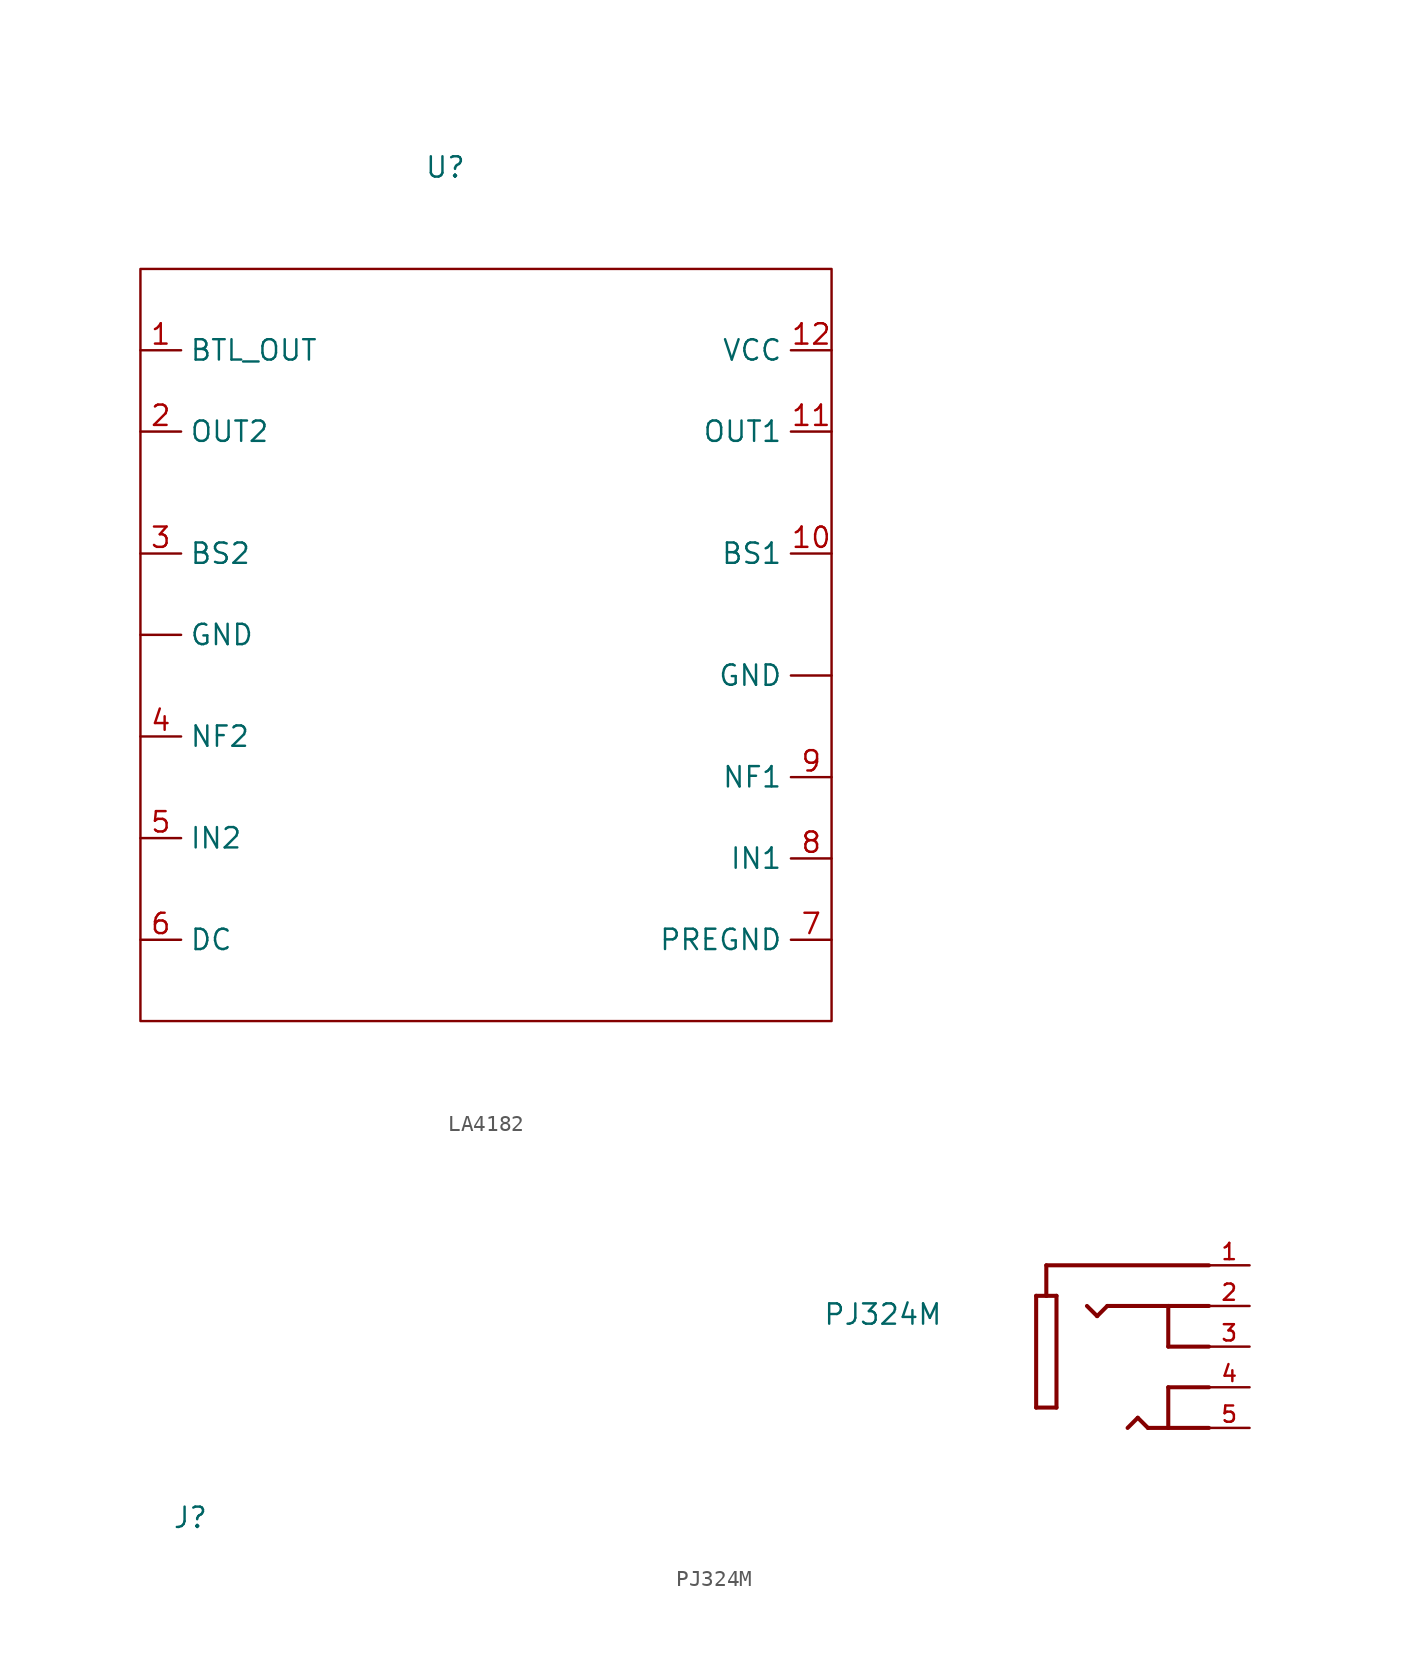
<source format=kicad_sym>
(kicad_symbol_lib
  (version 20220914)
  (generator kicad_symbol_editor)
  (symbol "LA4182"
    (property "Reference" "U"
      (at 0 0 0)
      (effects (font (size 1.27 1.27))))
    (property "Value" ""
      (at 0 0 0)
      (effects (font (size 1.27 1.27))))
    (symbol "LA4182_0_1"
      (rectangle (start -19.05 -6.35) (end 24.13 -53.34) (stroke (width 0) (type default)) (fill (type none))))
    (symbol "LA4182_1_1"
      (pin input line (at -19.05 -29.21 0) (length 2.54) (name "GND" (effects (font (size 1.27 1.27)))) (number "" (effects (font (size 1.27 1.27)))))
      (pin input line (at 24.13 -31.75 180) (length 2.54) (name "GND" (effects (font (size 1.27 1.27)))) (number "" (effects (font (size 1.27 1.27)))))
      (pin input line (at -19.05 -11.43 0) (length 2.54) (name "BTL_OUT" (effects (font (size 1.27 1.27)))) (number "1" (effects (font (size 1.27 1.27)))))
      (pin input line (at 24.13 -24.13 180) (length 2.54) (name "BS1" (effects (font (size 1.27 1.27)))) (number "10" (effects (font (size 1.27 1.27)))))
      (pin input line (at 24.13 -16.51 180) (length 2.54) (name "OUT1" (effects (font (size 1.27 1.27)))) (number "11" (effects (font (size 1.27 1.27)))))
      (pin input line (at 24.13 -11.43 180) (length 2.54) (name "VCC" (effects (font (size 1.27 1.27)))) (number "12" (effects (font (size 1.27 1.27)))))
      (pin input line (at -19.05 -16.51 0) (length 2.54) (name "OUT2" (effects (font (size 1.27 1.27)))) (number "2" (effects (font (size 1.27 1.27)))))
      (pin input line (at -19.05 -24.13 0) (length 2.54) (name "BS2" (effects (font (size 1.27 1.27)))) (number "3" (effects (font (size 1.27 1.27)))))
      (pin input line (at -19.05 -35.56 0) (length 2.54) (name "NF2" (effects (font (size 1.27 1.27)))) (number "4" (effects (font (size 1.27 1.27)))))
      (pin input line (at -19.05 -41.91 0) (length 2.54) (name "IN2" (effects (font (size 1.27 1.27)))) (number "5" (effects (font (size 1.27 1.27)))))
      (pin input line (at -19.05 -48.26 0) (length 2.54) (name "DC" (effects (font (size 1.27 1.27)))) (number "6" (effects (font (size 1.27 1.27)))))
      (pin input line (at 24.13 -48.26 180) (length 2.54) (name "PREGND" (effects (font (size 1.27 1.27)))) (number "7" (effects (font (size 1.27 1.27)))))
      (pin input line (at 24.13 -43.18 180) (length 2.54) (name "IN1" (effects (font (size 1.27 1.27)))) (number "8" (effects (font (size 1.27 1.27)))))
      (pin input line (at 24.13 -38.1 180) (length 2.54) (name "NF1" (effects (font (size 1.27 1.27)))) (number "9" (effects (font (size 1.27 1.27)))))))
  (symbol "PJ324M"
    (pin_names
      (offset 1.016))
    (property "Reference" "J"
      (at -5.08 7.62 0)
      (effects (font (size 1.27 1.27)) (justify left bottom)))
    (property "Value" "PJ324M"
      (at 35.56 20.32 0)
      (effects (font (size 1.27 1.27)) (justify left bottom)))
    (symbol "PJ324M_0_0"
      (polyline (pts (xy 48.895 15.24) (xy 48.895 22.225)) (stroke (width 0.254) (type default)) (fill (type none)))
      (polyline (pts (xy 48.895 22.225) (xy 49.53 22.225)) (stroke (width 0.254) (type default)) (fill (type none)))
      (polyline (pts (xy 49.53 22.225) (xy 50.165 22.225)) (stroke (width 0.254) (type default)) (fill (type none)))
      (polyline (pts (xy 49.53 24.13) (xy 49.53 22.225)) (stroke (width 0.254) (type default)) (fill (type none)))
      (polyline (pts (xy 50.165 15.24) (xy 48.895 15.24)) (stroke (width 0.254) (type default)) (fill (type none)))
      (polyline (pts (xy 50.165 22.225) (xy 50.165 15.24)) (stroke (width 0.254) (type default)) (fill (type none)))
      (polyline (pts (xy 52.705 20.955) (xy 52.07 21.59)) (stroke (width 0.254) (type default)) (fill (type none)))
      (polyline (pts (xy 53.34 21.59) (xy 52.705 20.955)) (stroke (width 0.254) (type default)) (fill (type none)))
      (polyline (pts (xy 55.245 14.605) (xy 54.61 13.97)) (stroke (width 0.254) (type default)) (fill (type none)))
      (polyline (pts (xy 55.88 13.97) (xy 55.245 14.605)) (stroke (width 0.254) (type default)) (fill (type none)))
      (polyline (pts (xy 57.15 13.97) (xy 55.88 13.97)) (stroke (width 0.254) (type default)) (fill (type none)))
      (polyline (pts (xy 57.15 16.51) (xy 57.15 13.97)) (stroke (width 0.254) (type default)) (fill (type none)))
      (polyline (pts (xy 57.15 19.05) (xy 57.15 21.59)) (stroke (width 0.254) (type default)) (fill (type none)))
      (polyline (pts (xy 57.15 21.59) (xy 53.34 21.59)) (stroke (width 0.254) (type default)) (fill (type none)))
      (polyline (pts (xy 59.69 13.97) (xy 57.15 13.97)) (stroke (width 0.254) (type default)) (fill (type none)))
      (polyline (pts (xy 59.69 16.51) (xy 57.15 16.51)) (stroke (width 0.254) (type default)) (fill (type none)))
      (polyline (pts (xy 59.69 19.05) (xy 57.15 19.05)) (stroke (width 0.254) (type default)) (fill (type none)))
      (polyline (pts (xy 59.69 21.59) (xy 57.15 21.59)) (stroke (width 0.254) (type default)) (fill (type none)))
      (polyline (pts (xy 59.69 24.13) (xy 49.53 24.13)) (stroke (width 0.254) (type default)) (fill (type none)))
      (pin passive line (at 62.23 24.13 180) (length 2.54) (name "~" (effects (font (size 1.016 1.016)))) (number "1" (effects (font (size 1.016 1.016)))))
      (pin passive line (at 62.23 21.59 180) (length 2.54) (name "~" (effects (font (size 1.016 1.016)))) (number "2" (effects (font (size 1.016 1.016)))))
      (pin passive line (at 62.23 19.05 180) (length 2.54) (name "~" (effects (font (size 1.016 1.016)))) (number "3" (effects (font (size 1.016 1.016)))))
      (pin passive line (at 62.23 16.51 180) (length 2.54) (name "~" (effects (font (size 1.016 1.016)))) (number "4" (effects (font (size 1.016 1.016)))))
      (pin passive line (at 62.23 13.97 180) (length 2.54) (name "~" (effects (font (size 1.016 1.016)))) (number "5" (effects (font (size 1.016 1.016))))))))
</source>
